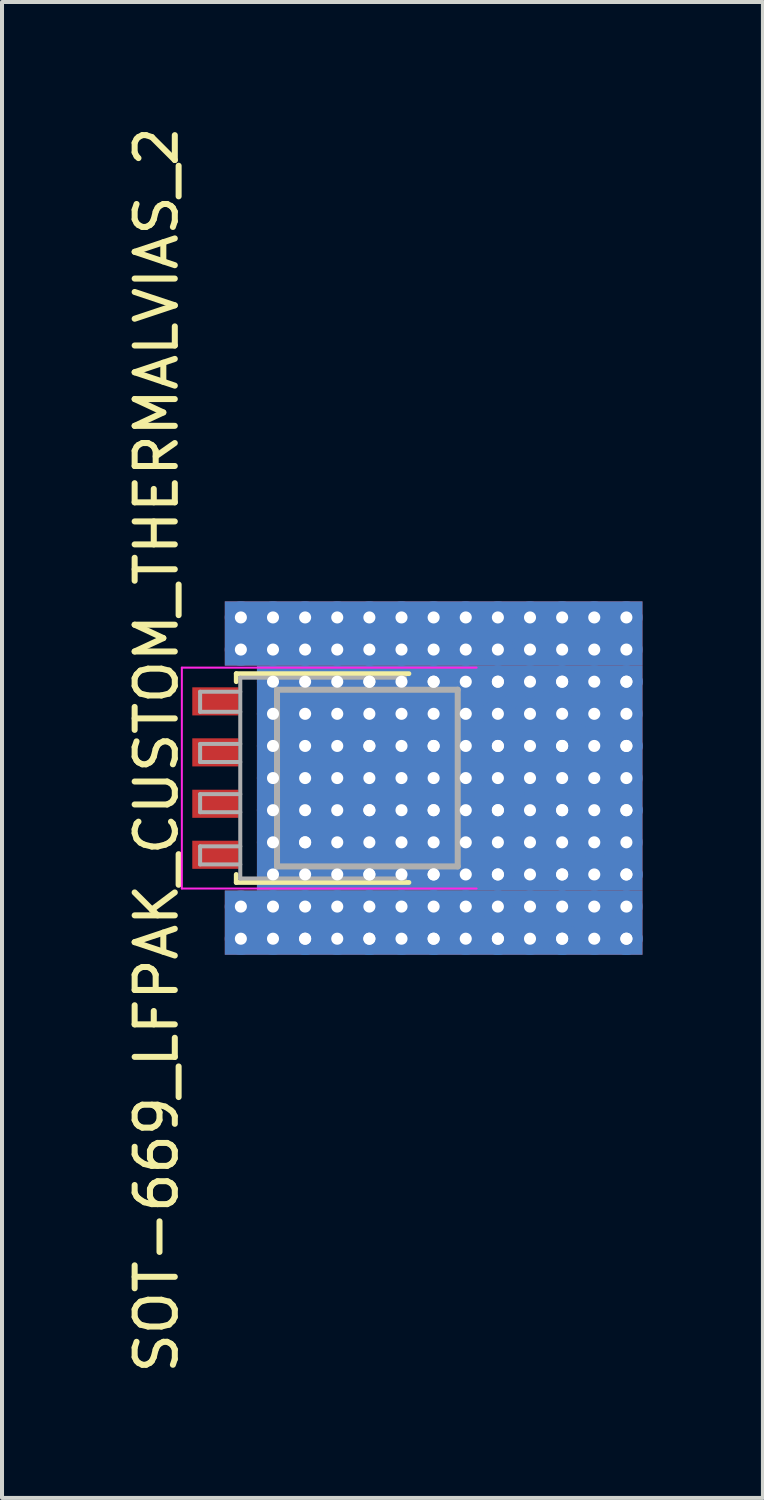
<source format=kicad_pcb>
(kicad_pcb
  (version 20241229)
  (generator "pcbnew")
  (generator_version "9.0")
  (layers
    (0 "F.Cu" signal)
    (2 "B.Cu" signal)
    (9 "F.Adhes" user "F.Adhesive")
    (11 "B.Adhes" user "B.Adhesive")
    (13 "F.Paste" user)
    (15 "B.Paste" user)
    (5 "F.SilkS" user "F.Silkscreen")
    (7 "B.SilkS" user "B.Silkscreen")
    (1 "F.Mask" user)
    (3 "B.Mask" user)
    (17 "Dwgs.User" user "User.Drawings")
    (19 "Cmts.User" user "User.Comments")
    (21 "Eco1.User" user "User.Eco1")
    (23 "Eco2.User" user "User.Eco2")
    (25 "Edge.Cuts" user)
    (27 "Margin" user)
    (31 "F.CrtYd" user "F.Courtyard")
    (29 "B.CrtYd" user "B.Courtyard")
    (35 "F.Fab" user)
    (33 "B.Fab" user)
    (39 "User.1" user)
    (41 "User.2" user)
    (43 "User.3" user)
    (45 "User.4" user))
  (footprint "SOT-669_LFPAK_CUSTOM_THERMALVIAS_2"
    (layer "F.Cu")
    (at 5.148 16.325)
    (property "Reference" "SOT-669_LFPAK_CUSTOM_THERMALVIAS_2" (at -4.3 -0.7 90) (layer "F.SilkS") (effects (font (size 1 1) (thickness 0.15))))
    (attr smd)
    (fp_line (start -2.315 -2.6) (end -2.315 -2.4) (stroke (width 0.12) (type solid)) (layer "F.SilkS"))
    (fp_line (start -2.315 2.4) (end -2.315 2.6) (stroke (width 0.12) (type solid)) (layer "F.SilkS"))
    (fp_line (start -2.315 2.6) (end 1.985 2.6) (stroke (width 0.12) (type solid)) (layer "F.SilkS"))
    (fp_line (start 1.985 -2.6) (end -2.315 -2.6) (stroke (width 0.12) (type solid)) (layer "F.SilkS"))
    (fp_line (start -3.67 2.75) (end -3.67 -2.75) (stroke (width 0.05) (type solid)) (layer "F.CrtYd"))
    (fp_line (start -3.67 2.75) (end 3.67 2.75) (stroke (width 0.05) (type solid)) (layer "F.CrtYd"))
    (fp_line (start 3.67 -2.75) (end -3.67 -2.75) (stroke (width 0.05) (type solid)) (layer "F.CrtYd"))
    (fp_line (start -3.215 -2.15) (end -3.215 -1.65) (stroke (width 0.1) (type solid)) (layer "F.Fab"))
    (fp_line (start -3.215 -2.15) (end -2.215 -2.15) (stroke (width 0.1) (type solid)) (layer "F.Fab"))
    (fp_line (start -3.215 -1.65) (end -2.215 -1.65) (stroke (width 0.1) (type solid)) (layer "F.Fab"))
    (fp_line (start -3.215 -0.85) (end -3.215 -0.4) (stroke (width 0.1) (type solid)) (layer "F.Fab"))
    (fp_line (start -3.215 -0.4) (end -2.215 -0.4) (stroke (width 0.1) (type solid)) (layer "F.Fab"))
    (fp_line (start -3.215 0.4) (end -3.215 0.85) (stroke (width 0.1) (type solid)) (layer "F.Fab"))
    (fp_line (start -3.215 0.85) (end -2.215 0.85) (stroke (width 0.1) (type solid)) (layer "F.Fab"))
    (fp_line (start -3.215 1.7) (end -3.215 2.15) (stroke (width 0.1) (type solid)) (layer "F.Fab"))
    (fp_line (start -3.215 2.15) (end -2.215 2.15) (stroke (width 0.1) (type solid)) (layer "F.Fab"))
    (fp_line (start -2.215 -2.5) (end -2.215 2.5) (stroke (width 0.1) (type solid)) (layer "F.Fab"))
    (fp_line (start -2.215 -0.85) (end -3.215 -0.85) (stroke (width 0.1) (type solid)) (layer "F.Fab"))
    (fp_line (start -2.215 0.4) (end -3.215 0.4) (stroke (width 0.1) (type solid)) (layer "F.Fab"))
    (fp_line (start -2.215 1.7) (end -3.215 1.7) (stroke (width 0.1) (type solid)) (layer "F.Fab"))
    (fp_line (start -2.215 2.5) (end 1.885 2.5) (stroke (width 0.1) (type solid)) (layer "F.Fab"))
    (fp_line (start -1.3 -2.2) (end -1.3 2.2) (stroke (width 0.15) (type solid)) (layer "F.Fab"))
    (fp_line (start -1.3 2.2) (end 3.2 2.2) (stroke (width 0.15) (type solid)) (layer "F.Fab"))
    (fp_line (start 1.885 -2.5) (end -2.215 -2.5) (stroke (width 0.1) (type solid)) (layer "F.Fab"))
    (fp_line (start 3.2 -2.2) (end -1.3 -2.2) (stroke (width 0.15) (type solid)) (layer "F.Fab"))
    (fp_line (start 3.2 -2.2) (end 3.2 2.2) (stroke (width 0.15) (type solid)) (layer "F.Fab"))
    (pad "1" smd rect (at -2.835 -1.91 270) (size 0.7 1.15) (layers "F.Cu" "F.Mask" "F.Paste"))
    (pad "2" smd rect (at -2.835 -0.64 270) (size 0.7 1.15) (layers "F.Cu" "F.Mask" "F.Paste"))
    (pad "3" smd rect (at -2.835 0.64 270) (size 0.7 1.15) (layers "F.Cu" "F.Mask" "F.Paste"))
    (pad "4" smd rect (at -2.835 1.91 270) (size 0.7 1.15) (layers "F.Cu" "F.Mask" "F.Paste"))
    (pad "5" thru_hole circle (at -2.2 -4) (size 0.8 0.8) (drill 0.3) (layers "*.Cu"))
    (pad "5" thru_hole circle (at -2.2 -3.2) (size 0.8 0.8) (drill 0.3) (layers "*.Cu"))
    (pad "5" thru_hole circle (at -2.2 3.2) (size 0.8 0.8) (drill 0.3) (layers "*.Cu"))
    (pad "5" thru_hole circle (at -2.2 4) (size 0.8 0.8) (drill 0.3) (layers "*.Cu"))
    (pad "5" thru_hole circle (at -1.4 -4) (size 0.8 0.8) (drill 0.3) (layers "*.Cu"))
    (pad "5" thru_hole circle (at -1.4 -3.2) (size 0.8 0.8) (drill 0.3) (layers "*.Cu"))
    (pad "5" thru_hole circle (at -1.4 -2.4) (size 0.8 0.8) (drill 0.3) (layers "*.Cu"))
    (pad "5" thru_hole circle (at -1.4 -1.6) (size 0.8 0.8) (drill 0.3) (layers "*.Cu"))
    (pad "5" thru_hole circle (at -1.4 -0.8) (size 0.8 0.8) (drill 0.3) (layers "*.Cu"))
    (pad "5" thru_hole circle (at -1.4 0) (size 0.8 0.8) (drill 0.3) (layers "*.Cu"))
    (pad "5" thru_hole circle (at -1.4 0.8) (size 0.8 0.8) (drill 0.3) (layers "*.Cu"))
    (pad "5" thru_hole circle (at -1.4 1.6) (size 0.8 0.8) (drill 0.3) (layers "*.Cu"))
    (pad "5" thru_hole circle (at -1.4 2.4) (size 0.8 0.8) (drill 0.3) (layers "*.Cu"))
    (pad "5" thru_hole circle (at -1.4 3.2) (size 0.8 0.8) (drill 0.3) (layers "*.Cu"))
    (pad "5" thru_hole circle (at -1.4 4) (size 0.8 0.8) (drill 0.3) (layers "*.Cu"))
    (pad "5" thru_hole circle (at -0.6 -4) (size 0.8 0.8) (drill 0.3) (layers "*.Cu"))
    (pad "5" thru_hole circle (at -0.6 -3.2) (size 0.8 0.8) (drill 0.3) (layers "*.Cu"))
    (pad "5" thru_hole circle (at -0.6 -2.4) (size 0.8 0.8) (drill 0.3) (layers "*.Cu"))
    (pad "5" thru_hole circle (at -0.6 -1.6) (size 0.8 0.8) (drill 0.3) (layers "*.Cu"))
    (pad "5" thru_hole circle (at -0.6 -0.8) (size 0.8 0.8) (drill 0.3) (layers "*.Cu"))
    (pad "5" thru_hole circle (at -0.6 0) (size 0.8 0.8) (drill 0.3) (layers "*.Cu"))
    (pad "5" thru_hole circle (at -0.6 0.8) (size 0.8 0.8) (drill 0.3) (layers "*.Cu"))
    (pad "5" thru_hole circle (at -0.6 1.6) (size 0.8 0.8) (drill 0.3) (layers "*.Cu"))
    (pad "5" thru_hole circle (at -0.6 1.6) (size 0.8 0.8) (drill 0.3) (layers "*.Cu"))
    (pad "5" thru_hole circle (at -0.6 2.4) (size 0.8 0.8) (drill 0.3) (layers "*.Cu"))
    (pad "5" thru_hole circle (at -0.6 3.2) (size 0.8 0.8) (drill 0.3) (layers "*.Cu"))
    (pad "5" thru_hole circle (at -0.6 4) (size 0.8 0.8) (drill 0.3) (layers "*.Cu"))
    (pad "5" thru_hole circle (at -0.6 4) (size 0.8 0.8) (drill 0.3) (layers "*.Cu"))
    (pad "5" thru_hole circle (at 0.2 -4) (size 0.8 0.8) (drill 0.3) (layers "*.Cu"))
    (pad "5" thru_hole circle (at 0.2 -3.2) (size 0.8 0.8) (drill 0.3) (layers "*.Cu"))
    (pad "5" thru_hole circle (at 0.2 -2.4) (size 0.8 0.8) (drill 0.3) (layers "*.Cu"))
    (pad "5" thru_hole circle (at 0.2 -1.6) (size 0.8 0.8) (drill 0.3) (layers "*.Cu"))
    (pad "5" thru_hole circle (at 0.2 -0.8) (size 0.8 0.8) (drill 0.3) (layers "*.Cu"))
    (pad "5" thru_hole circle (at 0.2 0) (size 0.8 0.8) (drill 0.3) (layers "*.Cu"))
    (pad "5" thru_hole circle (at 0.2 0.8) (size 0.8 0.8) (drill 0.3) (layers "*.Cu"))
    (pad "5" thru_hole circle (at 0.2 1.6) (size 0.8 0.8) (drill 0.3) (layers "*.Cu"))
    (pad "5" thru_hole circle (at 0.2 2.4) (size 0.8 0.8) (drill 0.3) (layers "*.Cu"))
    (pad "5" thru_hole circle (at 0.2 3.2) (size 0.8 0.8) (drill 0.3) (layers "*.Cu"))
    (pad "5" thru_hole circle (at 0.2 4) (size 0.8 0.8) (drill 0.3) (layers "*.Cu"))
    (pad "5" thru_hole circle (at 1 -4) (size 0.8 0.8) (drill 0.3) (layers "*.Cu"))
    (pad "5" thru_hole circle (at 1 -3.2) (size 0.8 0.8) (drill 0.3) (layers "*.Cu"))
    (pad "5" thru_hole circle (at 1 -2.4) (size 0.8 0.8) (drill 0.3) (layers "*.Cu"))
    (pad "5" thru_hole circle (at 1 -2.4) (size 0.8 0.8) (drill 0.3) (layers "*.Cu"))
    (pad "5" thru_hole circle (at 1 -1.6) (size 0.8 0.8) (drill 0.3) (layers "*.Cu"))
    (pad "5" thru_hole circle (at 1 -0.8) (size 0.8 0.8) (drill 0.3) (layers "*.Cu"))
    (pad "5" thru_hole circle (at 1 -0.8) (size 0.8 0.8) (drill 0.3) (layers "*.Cu"))
    (pad "5" thru_hole circle (at 1 0) (size 0.8 0.8) (drill 0.3) (layers "*.Cu"))
    (pad "5" thru_hole circle (at 1 0.8) (size 0.8 0.8) (drill 0.3) (layers "*.Cu"))
    (pad "5" thru_hole circle (at 1 0.8) (size 0.8 0.8) (drill 0.3) (layers "*.Cu"))
    (pad "5" thru_hole circle (at 1 1.6) (size 0.8 0.8) (drill 0.3) (layers "*.Cu"))
    (pad "5" thru_hole circle (at 1 2.4) (size 0.8 0.8) (drill 0.3) (layers "*.Cu"))
    (pad "5" thru_hole circle (at 1 2.4) (size 0.8 0.8) (drill 0.3) (layers "*.Cu"))
    (pad "5" thru_hole circle (at 1 3.2) (size 0.8 0.8) (drill 0.3) (layers "*.Cu"))
    (pad "5" thru_hole circle (at 1 4) (size 0.8 0.8) (drill 0.3) (layers "*.Cu"))
    (pad "5" thru_hole circle (at 1 4) (size 0.8 0.8) (drill 0.3) (layers "*.Cu"))
    (pad "5" smd rect (at 1.4 0) (size 5.5 5) (layers "F.Cu" "F.Mask" "F.Paste"))
    (pad "5" smd rect (at 1.4 0) (size 5.5 5) (layers "F.Cu" "F.Mask" "F.Paste"))
    (pad "5" thru_hole circle (at 1.8 -4) (size 0.8 0.8) (drill 0.3) (layers "*.Cu"))
    (pad "5" thru_hole circle (at 1.8 -3.2) (size 0.8 0.8) (drill 0.3) (layers "*.Cu"))
    (pad "5" thru_hole circle (at 1.8 -2.4) (size 0.8 0.8) (drill 0.3) (layers "*.Cu"))
    (pad "5" thru_hole circle (at 1.8 -1.6) (size 0.8 0.8) (drill 0.3) (layers "*.Cu"))
    (pad "5" thru_hole circle (at 1.8 -0.8) (size 0.8 0.8) (drill 0.3) (layers "*.Cu"))
    (pad "5" thru_hole circle (at 1.8 0) (size 0.8 0.8) (drill 0.3) (layers "*.Cu"))
    (pad "5" thru_hole circle (at 1.8 0.8) (size 0.8 0.8) (drill 0.3) (layers "*.Cu"))
    (pad "5" thru_hole circle (at 1.8 1.6) (size 0.8 0.8) (drill 0.3) (layers "*.Cu"))
    (pad "5" thru_hole circle (at 1.8 2.4) (size 0.8 0.8) (drill 0.3) (layers "*.Cu"))
    (pad "5" thru_hole circle (at 1.8 3.2) (size 0.8 0.8) (drill 0.3) (layers "*.Cu"))
    (pad "5" thru_hole circle (at 1.8 4) (size 0.8 0.8) (drill 0.3) (layers "*.Cu"))
    (pad "5" thru_hole circle (at 2.6 -4) (size 0.8 0.8) (drill 0.3) (layers "*.Cu"))
    (pad "5" smd rect (at 2.6 -3.6) (size 10.4 1.6) (layers "F.Cu"))
    (pad "5" smd rect (at 2.6 -3.6) (size 10.4 1.6) (layers "B.Cu"))
    (pad "5" thru_hole circle (at 2.6 -3.2) (size 0.8 0.8) (drill 0.3) (layers "*.Cu"))
    (pad "5" thru_hole circle (at 2.6 -2.4) (size 0.8 0.8) (drill 0.3) (layers "*.Cu"))
    (pad "5" thru_hole circle (at 2.6 -2.4) (size 0.8 0.8) (drill 0.3) (layers "*.Cu"))
    (pad "5" thru_hole circle (at 2.6 -1.6) (size 0.8 0.8) (drill 0.3) (layers "*.Cu"))
    (pad "5" thru_hole circle (at 2.6 -0.8) (size 0.8 0.8) (drill 0.3) (layers "*.Cu"))
    (pad "5" thru_hole circle (at 2.6 -0.8) (size 0.8 0.8) (drill 0.3) (layers "*.Cu"))
    (pad "5" thru_hole circle (at 2.6 0) (size 0.8 0.8) (drill 0.3) (layers "*.Cu"))
    (pad "5" thru_hole circle (at 2.6 0.8) (size 0.8 0.8) (drill 0.3) (layers "*.Cu"))
    (pad "5" thru_hole circle (at 2.6 0.8) (size 0.8 0.8) (drill 0.3) (layers "*.Cu"))
    (pad "5" thru_hole circle (at 2.6 1.6) (size 0.8 0.8) (drill 0.3) (layers "*.Cu"))
    (pad "5" thru_hole circle (at 2.6 2.4) (size 0.8 0.8) (drill 0.3) (layers "*.Cu"))
    (pad "5" thru_hole circle (at 2.6 2.4) (size 0.8 0.8) (drill 0.3) (layers "*.Cu"))
    (pad "5" thru_hole circle (at 2.6 3.2) (size 0.8 0.8) (drill 0.3) (layers "*.Cu"))
    (pad "5" smd rect (at 2.6 3.6) (size 10.4 1.6) (layers "F.Cu"))
    (pad "5" smd rect (at 2.6 3.6) (size 10.4 1.6) (layers "B.Cu"))
    (pad "5" thru_hole circle (at 2.6 4) (size 0.8 0.8) (drill 0.3) (layers "*.Cu"))
    (pad "5" thru_hole circle (at 2.6 4) (size 0.8 0.8) (drill 0.3) (layers "*.Cu"))
    (pad "5" smd rect (at 3 0) (size 9.6 5.6) (layers "F.Cu"))
    (pad "5" smd rect (at 3 0) (size 9.6 5.6) (layers "B.Cu"))
    (pad "5" thru_hole circle (at 3.4 -4) (size 0.8 0.8) (drill 0.3) (layers "*.Cu"))
    (pad "5" thru_hole circle (at 3.4 -3.2) (size 0.8 0.8) (drill 0.3) (layers "*.Cu"))
    (pad "5" thru_hole circle (at 3.4 -2.4) (size 0.8 0.8) (drill 0.3) (layers "*.Cu"))
    (pad "5" thru_hole circle (at 3.4 -1.6) (size 0.8 0.8) (drill 0.3) (layers "*.Cu"))
    (pad "5" thru_hole circle (at 3.4 -0.8) (size 0.8 0.8) (drill 0.3) (layers "*.Cu"))
    (pad "5" thru_hole circle (at 3.4 0) (size 0.8 0.8) (drill 0.3) (layers "*.Cu"))
    (pad "5" thru_hole circle (at 3.4 0.8) (size 0.8 0.8) (drill 0.3) (layers "*.Cu"))
    (pad "5" thru_hole circle (at 3.4 1.6) (size 0.8 0.8) (drill 0.3) (layers "*.Cu"))
    (pad "5" thru_hole circle (at 3.4 2.4) (size 0.8 0.8) (drill 0.3) (layers "*.Cu"))
    (pad "5" thru_hole circle (at 3.4 3.2) (size 0.8 0.8) (drill 0.3) (layers "*.Cu"))
    (pad "5" thru_hole circle (at 3.4 4) (size 0.8 0.8) (drill 0.3) (layers "*.Cu"))
    (pad "5" thru_hole circle (at 4.2 -4) (size 0.8 0.8) (drill 0.3) (layers "*.Cu"))
    (pad "5" thru_hole circle (at 4.2 -3.2) (size 0.8 0.8) (drill 0.3) (layers "*.Cu"))
    (pad "5" thru_hole circle (at 4.2 -2.4) (size 0.8 0.8) (drill 0.3) (layers "*.Cu"))
    (pad "5" thru_hole circle (at 4.2 -2.4) (size 0.8 0.8) (drill 0.3) (layers "*.Cu"))
    (pad "5" thru_hole circle (at 4.2 -1.6) (size 0.8 0.8) (drill 0.3) (layers "*.Cu"))
    (pad "5" thru_hole circle (at 4.2 -0.8) (size 0.8 0.8) (drill 0.3) (layers "*.Cu"))
    (pad "5" thru_hole circle (at 4.2 -0.8) (size 0.8 0.8) (drill 0.3) (layers "*.Cu"))
    (pad "5" thru_hole circle (at 4.2 0) (size 0.8 0.8) (drill 0.3) (layers "*.Cu"))
    (pad "5" thru_hole circle (at 4.2 0.8) (size 0.8 0.8) (drill 0.3) (layers "*.Cu"))
    (pad "5" thru_hole circle (at 4.2 0.8) (size 0.8 0.8) (drill 0.3) (layers "*.Cu"))
    (pad "5" thru_hole circle (at 4.2 1.6) (size 0.8 0.8) (drill 0.3) (layers "*.Cu"))
    (pad "5" thru_hole circle (at 4.2 2.4) (size 0.8 0.8) (drill 0.3) (layers "*.Cu"))
    (pad "5" thru_hole circle (at 4.2 2.4) (size 0.8 0.8) (drill 0.3) (layers "*.Cu"))
    (pad "5" thru_hole circle (at 4.2 3.2) (size 0.8 0.8) (drill 0.3) (layers "*.Cu"))
    (pad "5" thru_hole circle (at 4.2 4) (size 0.8 0.8) (drill 0.3) (layers "*.Cu"))
    (pad "5" thru_hole circle (at 4.2 4) (size 0.8 0.8) (drill 0.3) (layers "*.Cu"))
    (pad "5" thru_hole circle (at 5 -4) (size 0.8 0.8) (drill 0.3) (layers "*.Cu"))
    (pad "5" thru_hole circle (at 5 -3.2) (size 0.8 0.8) (drill 0.3) (layers "*.Cu"))
    (pad "5" thru_hole circle (at 5 -2.4) (size 0.8 0.8) (drill 0.3) (layers "*.Cu"))
    (pad "5" thru_hole circle (at 5 -1.6) (size 0.8 0.8) (drill 0.3) (layers "*.Cu"))
    (pad "5" thru_hole circle (at 5 -0.8) (size 0.8 0.8) (drill 0.3) (layers "*.Cu"))
    (pad "5" thru_hole circle (at 5 0) (size 0.8 0.8) (drill 0.3) (layers "*.Cu"))
    (pad "5" thru_hole circle (at 5 0.8) (size 0.8 0.8) (drill 0.3) (layers "*.Cu"))
    (pad "5" thru_hole circle (at 5 1.6) (size 0.8 0.8) (drill 0.3) (layers "*.Cu"))
    (pad "5" thru_hole circle (at 5 2.4) (size 0.8 0.8) (drill 0.3) (layers "*.Cu"))
    (pad "5" thru_hole circle (at 5 3.2) (size 0.8 0.8) (drill 0.3) (layers "*.Cu"))
    (pad "5" thru_hole circle (at 5 4) (size 0.8 0.8) (drill 0.3) (layers "*.Cu"))
    (pad "5" thru_hole circle (at 5.8 -4) (size 0.8 0.8) (drill 0.3) (layers "*.Cu"))
    (pad "5" thru_hole circle (at 5.8 -3.2) (size 0.8 0.8) (drill 0.3) (layers "*.Cu"))
    (pad "5" thru_hole circle (at 5.8 -2.4) (size 0.8 0.8) (drill 0.3) (layers "*.Cu"))
    (pad "5" thru_hole circle (at 5.8 -2.4) (size 0.8 0.8) (drill 0.3) (layers "*.Cu"))
    (pad "5" thru_hole circle (at 5.8 -1.6) (size 0.8 0.8) (drill 0.3) (layers "*.Cu"))
    (pad "5" thru_hole circle (at 5.8 -0.8) (size 0.8 0.8) (drill 0.3) (layers "*.Cu"))
    (pad "5" thru_hole circle (at 5.8 -0.8) (size 0.8 0.8) (drill 0.3) (layers "*.Cu"))
    (pad "5" thru_hole circle (at 5.8 0) (size 0.8 0.8) (drill 0.3) (layers "*.Cu"))
    (pad "5" thru_hole circle (at 5.8 0.8) (size 0.8 0.8) (drill 0.3) (layers "*.Cu"))
    (pad "5" thru_hole circle (at 5.8 0.8) (size 0.8 0.8) (drill 0.3) (layers "*.Cu"))
    (pad "5" thru_hole circle (at 5.8 1.6) (size 0.8 0.8) (drill 0.3) (layers "*.Cu"))
    (pad "5" thru_hole circle (at 5.8 2.4) (size 0.8 0.8) (drill 0.3) (layers "*.Cu"))
    (pad "5" thru_hole circle (at 5.8 2.4) (size 0.8 0.8) (drill 0.3) (layers "*.Cu"))
    (pad "5" thru_hole circle (at 5.8 3.2) (size 0.8 0.8) (drill 0.3) (layers "*.Cu"))
    (pad "5" thru_hole circle (at 5.8 4) (size 0.8 0.8) (drill 0.3) (layers "*.Cu"))
    (pad "5" thru_hole circle (at 5.8 4) (size 0.8 0.8) (drill 0.3) (layers "*.Cu"))
    (pad "5" thru_hole circle (at 6.6 -4) (size 0.8 0.8) (drill 0.3) (layers "*.Cu"))
    (pad "5" thru_hole circle (at 6.6 -3.2) (size 0.8 0.8) (drill 0.3) (layers "*.Cu"))
    (pad "5" thru_hole circle (at 6.6 -2.4) (size 0.8 0.8) (drill 0.3) (layers "*.Cu"))
    (pad "5" thru_hole circle (at 6.6 -1.6) (size 0.8 0.8) (drill 0.3) (layers "*.Cu"))
    (pad "5" thru_hole circle (at 6.6 -0.8) (size 0.8 0.8) (drill 0.3) (layers "*.Cu"))
    (pad "5" thru_hole circle (at 6.6 0) (size 0.8 0.8) (drill 0.3) (layers "*.Cu"))
    (pad "5" thru_hole circle (at 6.6 0.8) (size 0.8 0.8) (drill 0.3) (layers "*.Cu"))
    (pad "5" thru_hole circle (at 6.6 1.6) (size 0.8 0.8) (drill 0.3) (layers "*.Cu"))
    (pad "5" thru_hole circle (at 6.6 2.4) (size 0.8 0.8) (drill 0.3) (layers "*.Cu"))
    (pad "5" thru_hole circle (at 6.6 3.2) (size 0.8 0.8) (drill 0.3) (layers "*.Cu"))
    (pad "5" thru_hole circle (at 6.6 4) (size 0.8 0.8) (drill 0.3) (layers "*.Cu"))
    (pad "5" thru_hole circle (at 7.4 -4) (size 0.8 0.8) (drill 0.3) (layers "*.Cu"))
    (pad "5" thru_hole circle (at 7.4 -3.2) (size 0.8 0.8) (drill 0.3) (layers "*.Cu"))
    (pad "5" thru_hole circle (at 7.4 -2.4) (size 0.8 0.8) (drill 0.3) (layers "*.Cu"))
    (pad "5" thru_hole circle (at 7.4 -2.4) (size 0.8 0.8) (drill 0.3) (layers "*.Cu"))
    (pad "5" thru_hole circle (at 7.4 -1.6) (size 0.8 0.8) (drill 0.3) (layers "*.Cu"))
    (pad "5" thru_hole circle (at 7.4 -0.8) (size 0.8 0.8) (drill 0.3) (layers "*.Cu"))
    (pad "5" thru_hole circle (at 7.4 -0.8) (size 0.8 0.8) (drill 0.3) (layers "*.Cu"))
    (pad "5" thru_hole circle (at 7.4 0) (size 0.8 0.8) (drill 0.3) (layers "*.Cu"))
    (pad "5" thru_hole circle (at 7.4 0.8) (size 0.8 0.8) (drill 0.3) (layers "*.Cu"))
    (pad "5" thru_hole circle (at 7.4 0.8) (size 0.8 0.8) (drill 0.3) (layers "*.Cu"))
    (pad "5" thru_hole circle (at 7.4 1.6) (size 0.8 0.8) (drill 0.3) (layers "*.Cu"))
    (pad "5" thru_hole circle (at 7.4 2.4) (size 0.8 0.8) (drill 0.3) (layers "*.Cu"))
    (pad "5" thru_hole circle (at 7.4 2.4) (size 0.8 0.8) (drill 0.3) (layers "*.Cu"))
    (pad "5" thru_hole circle (at 7.4 3.2) (size 0.8 0.8) (drill 0.3) (layers "*.Cu"))
    (pad "5" thru_hole circle (at 7.4 4) (size 0.8 0.8) (drill 0.3) (layers "*.Cu"))
    (pad "5" thru_hole circle (at 7.4 4) (size 0.8 0.8) (drill 0.3) (layers "*.Cu")))
  (gr_rect
    (start -3 -3)
    (end 15.948 34.25)
    (stroke (width 0.1) (type default))
    (fill no)
    (layer "Edge.Cuts")))
</source>
